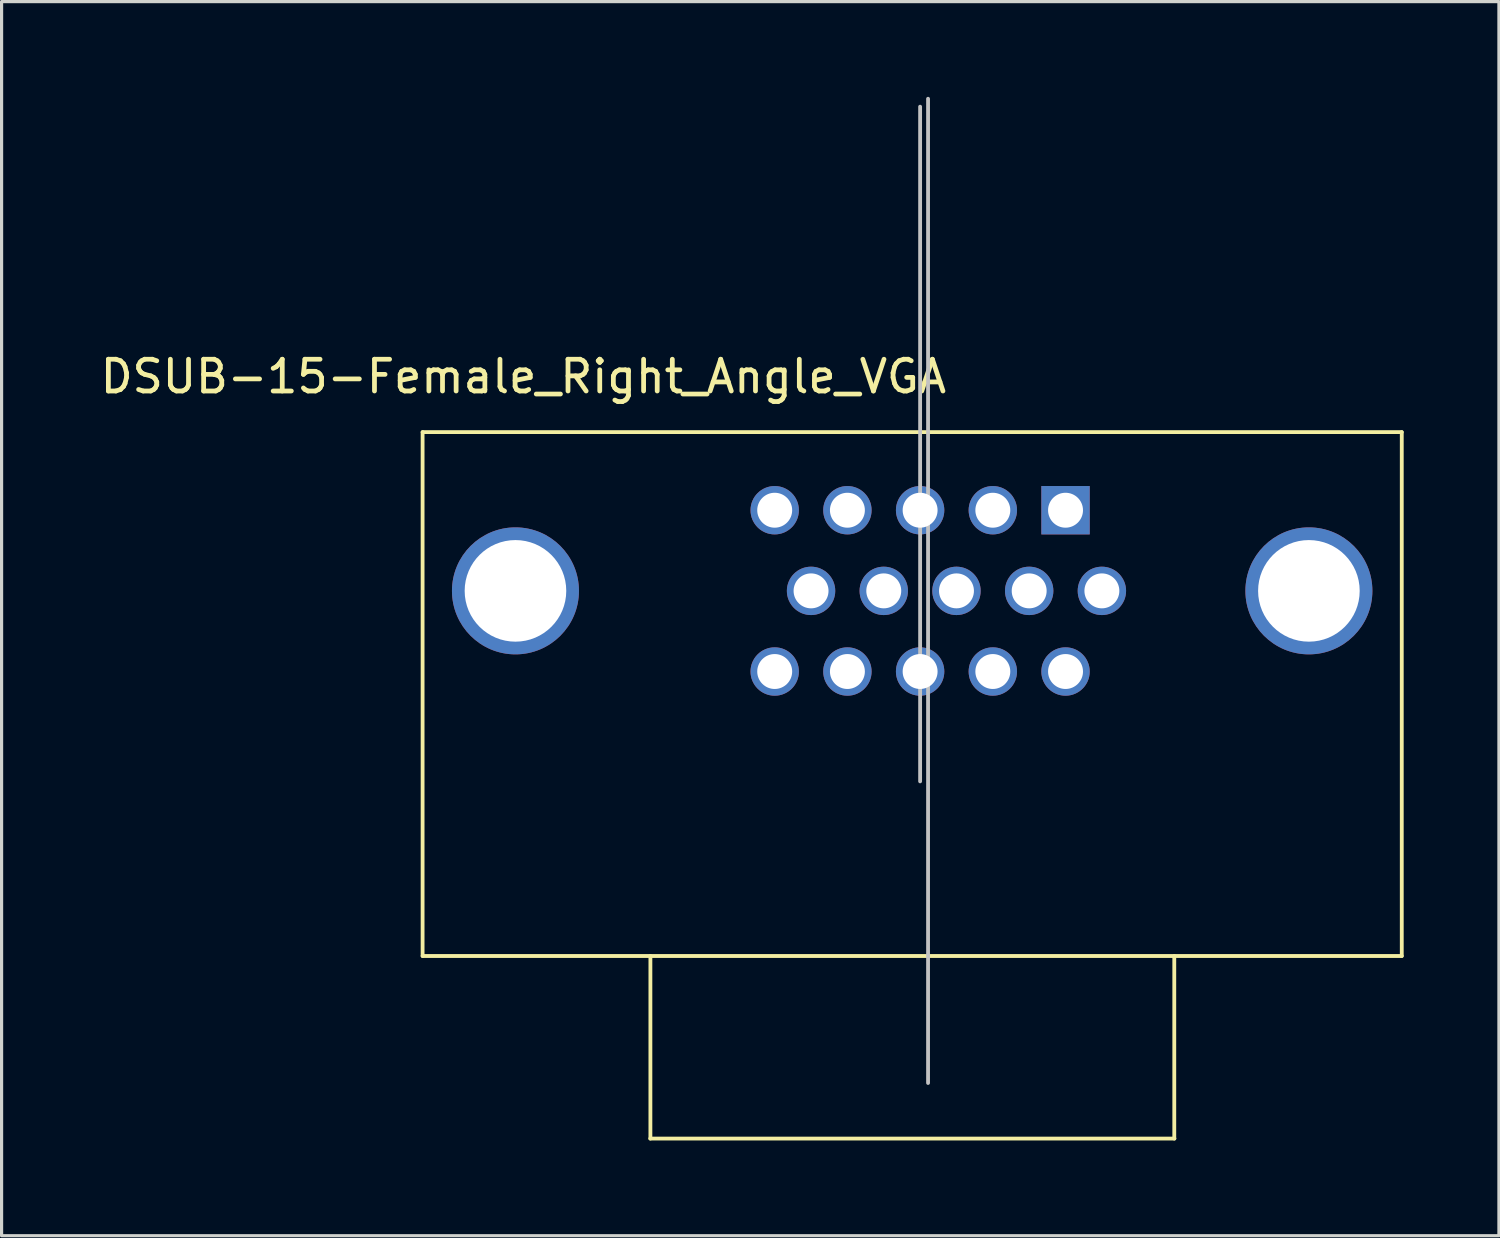
<source format=kicad_pcb>
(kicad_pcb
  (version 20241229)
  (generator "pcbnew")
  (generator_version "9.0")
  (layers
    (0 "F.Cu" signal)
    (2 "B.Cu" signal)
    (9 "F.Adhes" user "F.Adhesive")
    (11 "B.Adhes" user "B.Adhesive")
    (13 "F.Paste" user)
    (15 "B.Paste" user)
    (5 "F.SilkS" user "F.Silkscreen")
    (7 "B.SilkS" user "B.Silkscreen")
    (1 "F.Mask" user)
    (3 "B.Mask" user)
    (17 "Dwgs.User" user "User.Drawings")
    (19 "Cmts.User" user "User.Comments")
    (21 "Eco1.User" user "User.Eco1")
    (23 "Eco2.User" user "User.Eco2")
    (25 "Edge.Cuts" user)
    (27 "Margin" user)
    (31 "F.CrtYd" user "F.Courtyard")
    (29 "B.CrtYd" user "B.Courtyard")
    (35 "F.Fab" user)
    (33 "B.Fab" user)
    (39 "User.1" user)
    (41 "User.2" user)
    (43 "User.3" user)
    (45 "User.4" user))
  (footprint "DSUB-15-Female_Right_Angle_VGA"
    (layer "F.Cu")
    (at 13.185 15.56)
    (property "Reference" "DSUB-15-Female_Right_Angle_VGA" (at 0.25 -6.75 0) (unlocked yes) (layer "F.SilkS") (effects (font (size 1 1) (thickness 0.15))))
    (attr through_hole)
    (fp_line (start -2.925 -5) (end -2.925 11.5) (stroke (width 0.12) (type default)) (layer "F.SilkS"))
    (fp_line (start -2.925 -5) (end 27.915 -5) (stroke (width 0.12) (type default)) (layer "F.SilkS"))
    (fp_line (start -2.925 11.5) (end 27.915 11.5) (stroke (width 0.12) (type default)) (layer "F.SilkS"))
    (fp_line (start 4.245 17.25) (end 20.755 17.25) (stroke (width 0.12) (type default)) (layer "F.SilkS"))
    (fp_line (start 4.25 17.25) (end 4.25 11.5) (stroke (width 0.12) (type default)) (layer "F.SilkS"))
    (fp_line (start 20.75 11.5) (end 20.75 17.25) (stroke (width 0.12) (type default)) (layer "F.SilkS"))
    (fp_line (start 27.915 -5) (end 27.915 11.5) (stroke (width 0.12) (type default)) (layer "F.SilkS"))
    (fp_line (start 12.745 6) (end 12.745 -15.25) (stroke (width 0.12) (type default)) (layer "Dwgs.User"))
    (fp_line (start 12.995 15.5) (end 12.995 -15.5) (stroke (width 0.12) (type default)) (layer "Dwgs.User"))
    (pad "0" thru_hole circle (at 0 0) (size 4 4) (drill 3.2) (layers "*.Cu" "*.Mask"))
    (pad "0" thru_hole circle (at 24.99 0) (size 4 4) (drill 3.2) (layers "*.Cu" "*.Mask"))
    (pad "1" thru_hole rect (at 17.325 -2.54) (size 1.524 1.524) (drill 1.1) (layers "*.Cu" "*.Mask"))
    (pad "2" thru_hole circle (at 15.035 -2.54) (size 1.524 1.524) (drill 1.1) (layers "*.Cu" "*.Mask"))
    (pad "3" thru_hole circle (at 12.745 -2.54) (size 1.524 1.524) (drill 1.1) (layers "*.Cu" "*.Mask"))
    (pad "4" thru_hole circle (at 10.455 -2.54) (size 1.524 1.524) (drill 1.1) (layers "*.Cu" "*.Mask"))
    (pad "5" thru_hole circle (at 8.165 -2.54) (size 1.524 1.524) (drill 1.1) (layers "*.Cu" "*.Mask"))
    (pad "6" thru_hole circle (at 18.47 0) (size 1.524 1.524) (drill 1.1) (layers "*.Cu" "*.Mask"))
    (pad "7" thru_hole circle (at 16.18 0) (size 1.524 1.524) (drill 1.1) (layers "*.Cu" "*.Mask"))
    (pad "8" thru_hole circle (at 13.89 0) (size 1.524 1.524) (drill 1.1) (layers "*.Cu" "*.Mask"))
    (pad "9" thru_hole circle (at 11.6 0) (size 1.524 1.524) (drill 1.1) (layers "*.Cu" "*.Mask"))
    (pad "10" thru_hole circle (at 9.31 0) (size 1.524 1.524) (drill 1.1) (layers "*.Cu" "*.Mask"))
    (pad "11" thru_hole circle (at 17.325 2.54) (size 1.524 1.524) (drill 1.1) (layers "*.Cu" "*.Mask"))
    (pad "12" thru_hole circle (at 15.035 2.54) (size 1.524 1.524) (drill 1.1) (layers "*.Cu" "*.Mask"))
    (pad "13" thru_hole circle (at 12.745 2.54) (size 1.524 1.524) (drill 1.1) (layers "*.Cu" "*.Mask"))
    (pad "14" thru_hole circle (at 10.455 2.54) (size 1.524 1.524) (drill 1.1) (layers "*.Cu" "*.Mask"))
    (pad "15" thru_hole circle (at 8.165 2.54) (size 1.524 1.524) (drill 1.1) (layers "*.Cu" "*.Mask")))
  (gr_rect
    (start -3 -3)
    (end 44.16 35.87)
    (stroke (width 0.1) (type default))
    (fill no)
    (layer "Edge.Cuts")))
</source>
